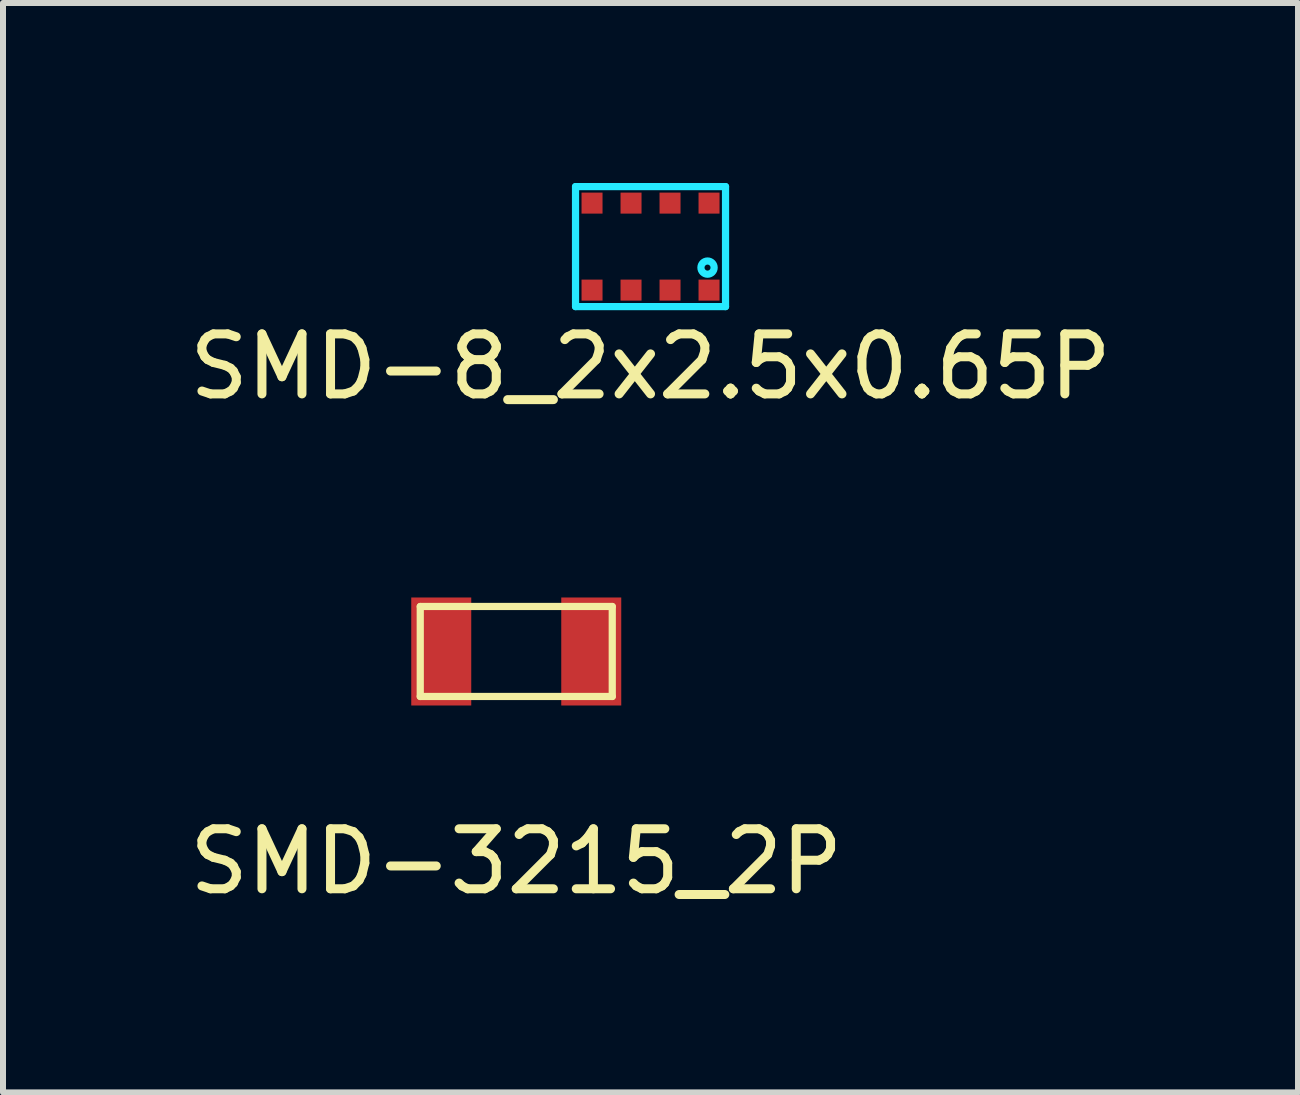
<source format=kicad_pcb>
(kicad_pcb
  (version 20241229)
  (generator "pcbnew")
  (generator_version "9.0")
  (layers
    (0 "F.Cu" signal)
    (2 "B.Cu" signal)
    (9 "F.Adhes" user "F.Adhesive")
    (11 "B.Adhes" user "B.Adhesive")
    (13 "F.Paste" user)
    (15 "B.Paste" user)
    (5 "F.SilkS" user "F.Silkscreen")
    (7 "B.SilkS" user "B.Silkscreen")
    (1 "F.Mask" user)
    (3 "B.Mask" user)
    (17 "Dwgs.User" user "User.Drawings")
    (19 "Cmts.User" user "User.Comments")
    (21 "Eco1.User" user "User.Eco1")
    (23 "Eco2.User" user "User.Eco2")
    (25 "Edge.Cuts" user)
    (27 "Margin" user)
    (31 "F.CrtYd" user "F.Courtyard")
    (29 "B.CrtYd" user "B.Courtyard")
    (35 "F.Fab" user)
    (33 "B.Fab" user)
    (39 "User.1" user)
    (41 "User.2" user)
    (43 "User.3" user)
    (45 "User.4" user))
  (footprint "SMD-3215_2P"
    (layer "F.Cu")
    (at 5.554 7.808)
    (property "Reference" "SMD-3215_2P" (at 0 3.5 0) (layer "F.SilkS") (effects (font (size 1 1) (thickness 0.15))))
    (attr smd)
    (fp_line (start -1.6 -0.75) (end -1.6 0.75) (stroke (width 0.12) (type solid)) (layer "F.SilkS"))
    (fp_line (start -1.6 0.75) (end 1.6 0.75) (stroke (width 0.12) (type solid)) (layer "F.SilkS"))
    (fp_line (start 1.6 -0.75) (end -1.6 -0.75) (stroke (width 0.12) (type solid)) (layer "F.SilkS"))
    (fp_line (start 1.6 0.75) (end 1.6 -0.75) (stroke (width 0.12) (type solid)) (layer "F.SilkS"))
    (pad "1" smd rect (at -1.25 0 90) (size 1.8 1) (layers "F.Cu" "F.Mask" "F.Paste"))
    (pad "2" smd rect (at 1.25 0 90) (size 1.8 1) (layers "F.Cu" "F.Mask" "F.Paste")))
  (footprint "SMD-8_2x2.5x0.65P"
    (layer "F.Cu")
    (at 7.792 1.06)
    (property "Reference" "SMD-8_2x2.5x0.65P" (at 0 2 0) (layer "F.SilkS") (effects (font (size 1 1) (thickness 0.15))))
    (attr smd)
    (fp_line (start -1.25 -1) (end -1.25 1) (stroke (width 0.12) (type solid)) (layer "B.CrtYd"))
    (fp_line (start -1.25 1) (end 1.25 1) (stroke (width 0.12) (type solid)) (layer "B.CrtYd"))
    (fp_line (start 1.25 -1) (end -1.25 -1) (stroke (width 0.12) (type solid)) (layer "B.CrtYd"))
    (fp_line (start 1.25 1) (end 1.25 -1) (stroke (width 0.12) (type solid)) (layer "B.CrtYd"))
    (fp_circle (center 0.95 0.35) (end 0.95 0.4) (stroke (width 0.12) (type solid)) (fill no) (layer "B.CrtYd"))
    (pad "1" smd rect (at 0.975 0.725) (size 0.35 0.35) (layers "F.Cu" "F.Mask" "F.Paste"))
    (pad "2" smd rect (at 0.325 0.725) (size 0.35 0.35) (layers "F.Cu" "F.Mask" "F.Paste"))
    (pad "3" smd rect (at -0.325 0.725) (size 0.35 0.35) (layers "F.Cu" "F.Mask" "F.Paste"))
    (pad "4" smd rect (at -0.975 0.725) (size 0.35 0.35) (layers "F.Cu" "F.Mask" "F.Paste"))
    (pad "5" smd rect (at -0.975 -0.725) (size 0.35 0.35) (layers "F.Cu" "F.Mask" "F.Paste"))
    (pad "6" smd rect (at -0.325 -0.725) (size 0.35 0.35) (layers "F.Cu" "F.Mask" "F.Paste"))
    (pad "7" smd rect (at 0.325 -0.725) (size 0.35 0.35) (layers "F.Cu" "F.Mask" "F.Paste"))
    (pad "8" smd rect (at 0.975 -0.725) (size 0.35 0.35) (layers "F.Cu" "F.Mask" "F.Paste")))
  (gr_rect
    (start -3 -3)
    (end 18.583 15.156)
    (stroke (width 0.1) (type default))
    (fill no)
    (layer "Edge.Cuts")))
</source>
